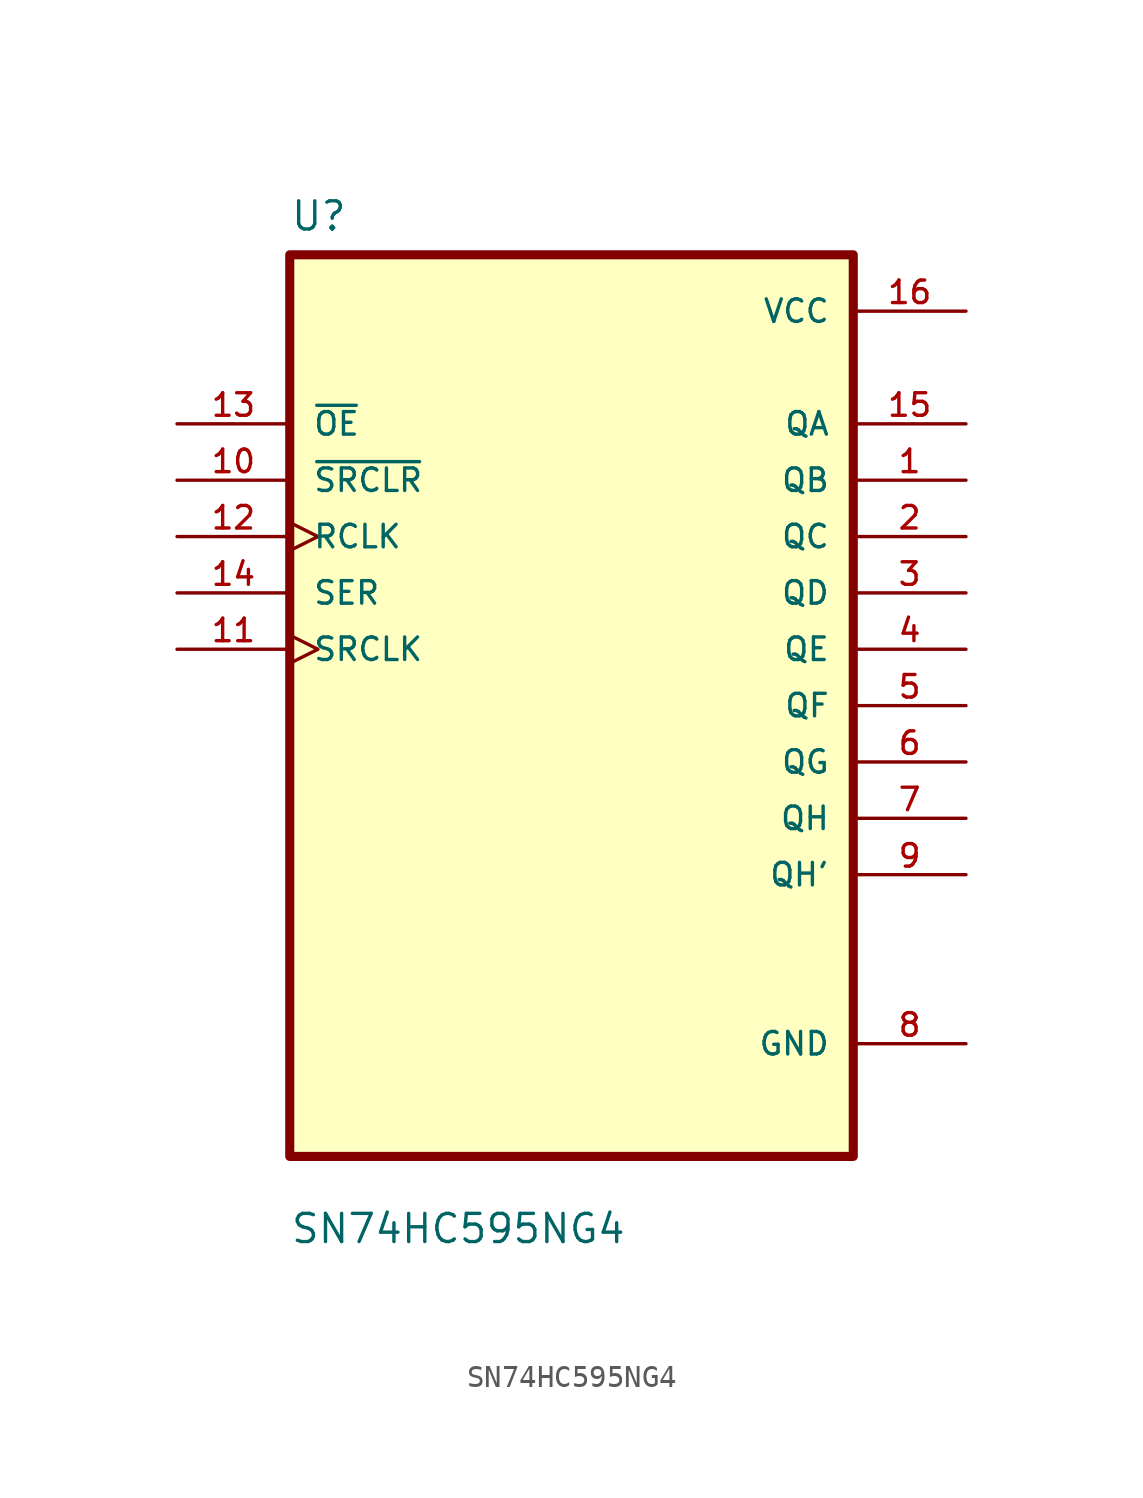
<source format=kicad_sym>
(kicad_symbol_lib
  (version 20211014)
  (generator kicad_symbol_editor)
  (symbol "SN74HC595NG4"
    (pin_names
      (offset 1.016))
    (property "Reference" "U"
      (at -12.7 21.32 0.0)
      (effects (font (size 1.27 1.27)) (justify bottom left)))
    (property "Value" "SN74HC595NG4"
      (at -12.7 -24.32 0.0)
      (effects (font (size 1.27 1.27)) (justify bottom left)))
    (symbol "SN74HC595NG4_0_0"
      (rectangle (start -12.7 -20.32) (end 12.7 20.32) (stroke (width 0.41)) (fill (type background)))
      (pin input line (at -17.78 12.7 0) (length 5.08) (name "~{OE}" (effects (font (size 1.016 1.016)))) (number "13" (effects (font (size 1.016 1.016)))))
      (pin input line (at -17.78 10.16 0) (length 5.08) (name "~{SRCLR}" (effects (font (size 1.016 1.016)))) (number "10" (effects (font (size 1.016 1.016)))))
      (pin input clock (at -17.78 7.62 0) (length 5.08) (name "RCLK" (effects (font (size 1.016 1.016)))) (number "12" (effects (font (size 1.016 1.016)))))
      (pin input line (at -17.78 5.08 0) (length 5.08) (name "SER" (effects (font (size 1.016 1.016)))) (number "14" (effects (font (size 1.016 1.016)))))
      (pin input clock (at -17.78 2.54 0) (length 5.08) (name "SRCLK" (effects (font (size 1.016 1.016)))) (number "11" (effects (font (size 1.016 1.016)))))
      (pin power_in line (at 17.78 17.78 180.0) (length 5.08) (name "VCC" (effects (font (size 1.016 1.016)))) (number "16" (effects (font (size 1.016 1.016)))))
      (pin output line (at 17.78 12.7 180.0) (length 5.08) (name "QA" (effects (font (size 1.016 1.016)))) (number "15" (effects (font (size 1.016 1.016)))))
      (pin output line (at 17.78 10.16 180.0) (length 5.08) (name "QB" (effects (font (size 1.016 1.016)))) (number "1" (effects (font (size 1.016 1.016)))))
      (pin output line (at 17.78 7.62 180.0) (length 5.08) (name "QC" (effects (font (size 1.016 1.016)))) (number "2" (effects (font (size 1.016 1.016)))))
      (pin output line (at 17.78 5.08 180.0) (length 5.08) (name "QD" (effects (font (size 1.016 1.016)))) (number "3" (effects (font (size 1.016 1.016)))))
      (pin output line (at 17.78 2.54 180.0) (length 5.08) (name "QE" (effects (font (size 1.016 1.016)))) (number "4" (effects (font (size 1.016 1.016)))))
      (pin output line (at 17.78 0.0 180.0) (length 5.08) (name "QF" (effects (font (size 1.016 1.016)))) (number "5" (effects (font (size 1.016 1.016)))))
      (pin output line (at 17.78 -2.54 180.0) (length 5.08) (name "QG" (effects (font (size 1.016 1.016)))) (number "6" (effects (font (size 1.016 1.016)))))
      (pin output line (at 17.78 -5.08 180.0) (length 5.08) (name "QH" (effects (font (size 1.016 1.016)))) (number "7" (effects (font (size 1.016 1.016)))))
      (pin output line (at 17.78 -7.62 180.0) (length 5.08) (name "QH'" (effects (font (size 1.016 1.016)))) (number "9" (effects (font (size 1.016 1.016)))))
      (pin power_in line (at 17.78 -15.24 180.0) (length 5.08) (name "GND" (effects (font (size 1.016 1.016)))) (number "8" (effects (font (size 1.016 1.016))))))))
</source>
